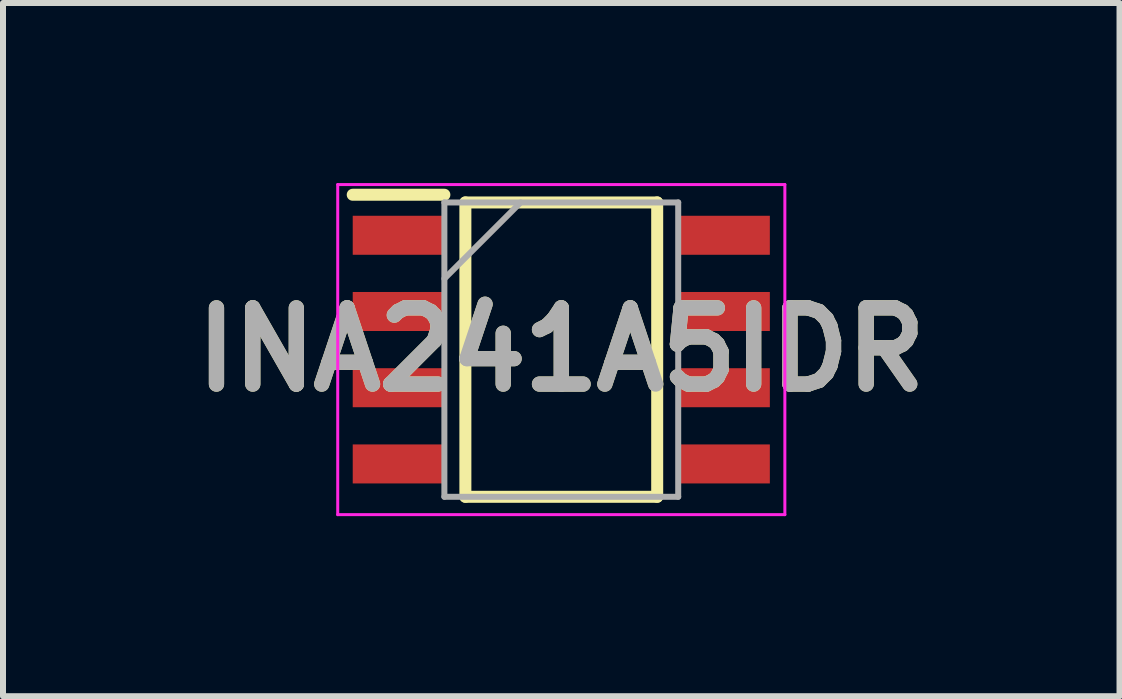
<source format=kicad_pcb>
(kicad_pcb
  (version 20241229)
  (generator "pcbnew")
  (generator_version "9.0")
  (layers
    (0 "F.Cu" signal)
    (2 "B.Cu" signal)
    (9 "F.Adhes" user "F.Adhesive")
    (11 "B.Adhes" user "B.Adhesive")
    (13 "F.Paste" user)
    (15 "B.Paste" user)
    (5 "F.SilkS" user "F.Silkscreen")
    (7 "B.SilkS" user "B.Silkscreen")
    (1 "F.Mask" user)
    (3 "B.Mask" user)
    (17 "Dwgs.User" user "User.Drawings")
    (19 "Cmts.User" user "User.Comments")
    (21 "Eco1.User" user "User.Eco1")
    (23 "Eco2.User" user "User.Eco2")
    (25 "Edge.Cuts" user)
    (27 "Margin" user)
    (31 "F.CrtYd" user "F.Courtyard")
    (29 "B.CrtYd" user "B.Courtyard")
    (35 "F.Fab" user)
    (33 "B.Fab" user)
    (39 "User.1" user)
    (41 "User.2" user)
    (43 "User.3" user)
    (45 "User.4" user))
  (footprint "INA241A5IDR"
    (layer "F.Cu")
    (at 6.302 2.775)
    (property "Reference" "INA241A5IDR" (at 0 0 0) (layer "F.SilkS") (effects (font (size 1.27 1.27) (thickness 0.254))))
    (attr smd)
    (fp_line (start -3.475 -2.58) (end -1.948 -2.58) (stroke (width 0.2) (type solid)) (layer "F.SilkS"))
    (fp_line (start -1.598 -2.452) (end 1.598 -2.452) (stroke (width 0.2) (type solid)) (layer "F.SilkS"))
    (fp_line (start -1.598 2.452) (end -1.598 -2.452) (stroke (width 0.2) (type solid)) (layer "F.SilkS"))
    (fp_line (start 1.598 -2.452) (end 1.598 2.452) (stroke (width 0.2) (type solid)) (layer "F.SilkS"))
    (fp_line (start 1.598 2.452) (end -1.598 2.452) (stroke (width 0.2) (type solid)) (layer "F.SilkS"))
    (fp_line (start -3.725 -2.75) (end 3.725 -2.75) (stroke (width 0.05) (type solid)) (layer "F.CrtYd"))
    (fp_line (start -3.725 2.75) (end -3.725 -2.75) (stroke (width 0.05) (type solid)) (layer "F.CrtYd"))
    (fp_line (start 3.725 -2.75) (end 3.725 2.75) (stroke (width 0.05) (type solid)) (layer "F.CrtYd"))
    (fp_line (start 3.725 2.75) (end -3.725 2.75) (stroke (width 0.05) (type solid)) (layer "F.CrtYd"))
    (fp_line (start -1.948 -2.452) (end 1.948 -2.452) (stroke (width 0.1) (type solid)) (layer "F.Fab"))
    (fp_line (start -1.948 -1.182) (end -0.678 -2.452) (stroke (width 0.1) (type solid)) (layer "F.Fab"))
    (fp_line (start -1.948 2.452) (end -1.948 -2.452) (stroke (width 0.1) (type solid)) (layer "F.Fab"))
    (fp_line (start 1.948 -2.452) (end 1.948 2.452) (stroke (width 0.1) (type solid)) (layer "F.Fab"))
    (fp_line (start 1.948 2.452) (end -1.948 2.452) (stroke (width 0.1) (type solid)) (layer "F.Fab"))
    (fp_text user "${REFERENCE}" (at 0 0 0) (layer "F.Fab") (effects (font (size 1.27 1.27) (thickness 0.254))))
    (pad "1" smd rect (at -2.711 -1.905 90) (size 0.65 1.528) (layers "F.Cu" "F.Mask" "F.Paste"))
    (pad "2" smd rect (at -2.711 -0.635 90) (size 0.65 1.528) (layers "F.Cu" "F.Mask" "F.Paste"))
    (pad "3" smd rect (at -2.711 0.635 90) (size 0.65 1.528) (layers "F.Cu" "F.Mask" "F.Paste"))
    (pad "4" smd rect (at -2.711 1.905 90) (size 0.65 1.528) (layers "F.Cu" "F.Mask" "F.Paste"))
    (pad "5" smd rect (at 2.711 1.905 90) (size 0.65 1.528) (layers "F.Cu" "F.Mask" "F.Paste"))
    (pad "6" smd rect (at 2.711 0.635 90) (size 0.65 1.528) (layers "F.Cu" "F.Mask" "F.Paste"))
    (pad "7" smd rect (at 2.711 -0.635 90) (size 0.65 1.528) (layers "F.Cu" "F.Mask" "F.Paste"))
    (pad "8" smd rect (at 2.711 -1.905 90) (size 0.65 1.528) (layers "F.Cu" "F.Mask" "F.Paste")))
  (gr_rect
    (start -3 -3)
    (end 15.603 8.55)
    (stroke (width 0.1) (type default))
    (fill no)
    (layer "Edge.Cuts")))
</source>
